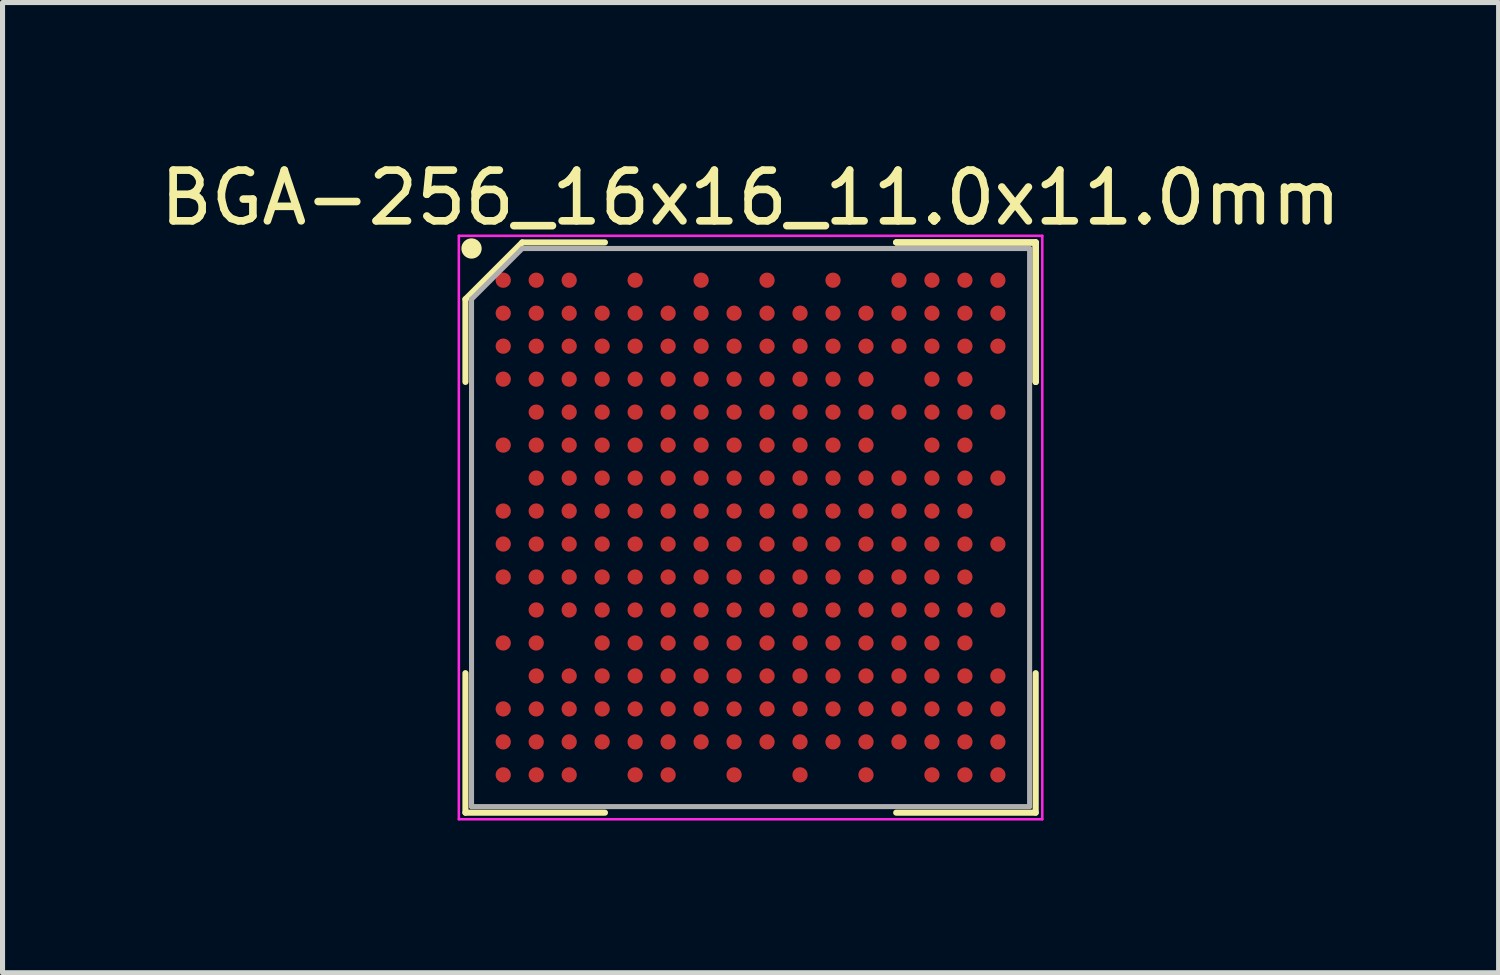
<source format=kicad_pcb>
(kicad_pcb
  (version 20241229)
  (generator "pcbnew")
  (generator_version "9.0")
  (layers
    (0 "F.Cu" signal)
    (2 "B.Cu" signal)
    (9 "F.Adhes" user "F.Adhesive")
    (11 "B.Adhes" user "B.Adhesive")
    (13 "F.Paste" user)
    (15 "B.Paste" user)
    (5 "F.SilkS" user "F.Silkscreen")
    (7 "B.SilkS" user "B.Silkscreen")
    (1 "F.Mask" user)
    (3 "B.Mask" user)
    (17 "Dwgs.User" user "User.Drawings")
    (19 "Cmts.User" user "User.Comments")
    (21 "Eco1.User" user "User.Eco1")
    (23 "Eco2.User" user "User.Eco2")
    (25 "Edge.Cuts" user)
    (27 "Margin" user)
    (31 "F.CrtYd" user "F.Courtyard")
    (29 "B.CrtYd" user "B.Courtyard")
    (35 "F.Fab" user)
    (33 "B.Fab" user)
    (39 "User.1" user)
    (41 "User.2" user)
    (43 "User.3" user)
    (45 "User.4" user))
  (footprint "BGA-256_16x16_11.0x11.0mm"
    (layer "F.Cu")
    (at 11.744 7.348)
    (property "Reference" "BGA-256_16x16_11.0x11.0mm" (at 0 -6.5 0) (layer "F.SilkS") (effects (font (size 1 1) (thickness 0.15))))
    (attr through_hole)
    (fp_line (start -5.62 -4.5) (end -5.62 -2.87) (stroke (width 0.12) (type solid)) (layer "F.SilkS"))
    (fp_line (start -5.62 5.62) (end -5.62 2.87) (stroke (width 0.12) (type solid)) (layer "F.SilkS"))
    (fp_line (start -4.5 -5.62) (end -5.62 -4.5) (stroke (width 0.12) (type solid)) (layer "F.SilkS"))
    (fp_line (start -2.87 -5.62) (end -4.5 -5.62) (stroke (width 0.12) (type solid)) (layer "F.SilkS"))
    (fp_line (start -2.87 5.62) (end -5.62 5.62) (stroke (width 0.12) (type solid)) (layer "F.SilkS"))
    (fp_line (start 2.87 -5.62) (end 5.62 -5.62) (stroke (width 0.12) (type solid)) (layer "F.SilkS"))
    (fp_line (start 2.87 -5.62) (end 5.62 -5.62) (stroke (width 0.12) (type solid)) (layer "F.SilkS"))
    (fp_line (start 2.87 -5.62) (end 5.62 -5.62) (stroke (width 0.12) (type solid)) (layer "F.SilkS"))
    (fp_line (start 2.87 5.62) (end 5.62 5.62) (stroke (width 0.12) (type solid)) (layer "F.SilkS"))
    (fp_line (start 5.62 -5.62) (end 5.62 -2.87) (stroke (width 0.12) (type solid)) (layer "F.SilkS"))
    (fp_line (start 5.62 -5.62) (end 5.62 -2.87) (stroke (width 0.12) (type solid)) (layer "F.SilkS"))
    (fp_line (start 5.62 -5.62) (end 5.62 -2.87) (stroke (width 0.12) (type solid)) (layer "F.SilkS"))
    (fp_line (start 5.62 5.62) (end 5.62 2.87) (stroke (width 0.12) (type solid)) (layer "F.SilkS"))
    (fp_circle (center -5.5 -5.5) (end -5.5 -5.4) (stroke (width 0.2) (type solid)) (fill no) (layer "F.SilkS"))
    (fp_line (start -5.75 -5.75) (end 5.75 -5.75) (stroke (width 0.05) (type solid)) (layer "F.CrtYd"))
    (fp_line (start -5.75 5.75) (end -5.75 -5.75) (stroke (width 0.05) (type solid)) (layer "F.CrtYd"))
    (fp_line (start 5.75 -5.75) (end 5.75 5.75) (stroke (width 0.05) (type solid)) (layer "F.CrtYd"))
    (fp_line (start 5.75 5.75) (end -5.75 5.75) (stroke (width 0.05) (type solid)) (layer "F.CrtYd"))
    (fp_line (start -5.5 -4.5) (end -5.5 5.5) (stroke (width 0.1) (type solid)) (layer "F.Fab"))
    (fp_line (start -5.5 5.5) (end 5.5 5.5) (stroke (width 0.1) (type solid)) (layer "F.Fab"))
    (fp_line (start -4.5 -5.5) (end -5.5 -4.5) (stroke (width 0.1) (type solid)) (layer "F.Fab"))
    (fp_line (start 5.5 -5.5) (end -4.5 -5.5) (stroke (width 0.1) (type solid)) (layer "F.Fab"))
    (fp_line (start 5.5 5.5) (end 5.5 -5.5) (stroke (width 0.1) (type solid)) (layer "F.Fab"))
    (pad "A1" smd circle (at -4.875 -4.875) (size 0.3 0.3) (layers "F.Cu" "F.Mask" "F.Paste"))
    (pad "A2" smd circle (at -4.225 -4.875) (size 0.3 0.3) (layers "F.Cu" "F.Mask" "F.Paste"))
    (pad "A3" smd circle (at -3.575 -4.875) (size 0.3 0.3) (layers "F.Cu" "F.Mask" "F.Paste"))
    (pad "A5" smd circle (at -2.275 -4.875) (size 0.3 0.3) (layers "F.Cu" "F.Mask" "F.Paste"))
    (pad "A7" smd circle (at -0.975 -4.875) (size 0.3 0.3) (layers "F.Cu" "F.Mask" "F.Paste"))
    (pad "A9" smd circle (at 0.325 -4.875) (size 0.3 0.3) (layers "F.Cu" "F.Mask" "F.Paste"))
    (pad "A11" smd circle (at 1.625 -4.875) (size 0.3 0.3) (layers "F.Cu" "F.Mask" "F.Paste"))
    (pad "A13" smd circle (at 2.925 -4.875) (size 0.3 0.3) (layers "F.Cu" "F.Mask" "F.Paste"))
    (pad "A14" smd circle (at 3.575 -4.875) (size 0.3 0.3) (layers "F.Cu" "F.Mask" "F.Paste"))
    (pad "A15" smd circle (at 4.225 -4.875) (size 0.3 0.3) (layers "F.Cu" "F.Mask" "F.Paste"))
    (pad "A16" smd circle (at 4.875 -4.875) (size 0.3 0.3) (layers "F.Cu" "F.Mask" "F.Paste"))
    (pad "B1" smd circle (at -4.875 -4.225) (size 0.3 0.3) (layers "F.Cu" "F.Mask" "F.Paste"))
    (pad "B2" smd circle (at -4.225 -4.225) (size 0.3 0.3) (layers "F.Cu" "F.Mask" "F.Paste"))
    (pad "B3" smd circle (at -3.575 -4.225) (size 0.3 0.3) (layers "F.Cu" "F.Mask" "F.Paste"))
    (pad "B4" smd circle (at -2.925 -4.225) (size 0.3 0.3) (layers "F.Cu" "F.Mask" "F.Paste"))
    (pad "B5" smd circle (at -2.275 -4.225) (size 0.3 0.3) (layers "F.Cu" "F.Mask" "F.Paste"))
    (pad "B6" smd circle (at -1.625 -4.225) (size 0.3 0.3) (layers "F.Cu" "F.Mask" "F.Paste"))
    (pad "B7" smd circle (at -0.975 -4.225) (size 0.3 0.3) (layers "F.Cu" "F.Mask" "F.Paste"))
    (pad "B8" smd circle (at -0.325 -4.225) (size 0.3 0.3) (layers "F.Cu" "F.Mask" "F.Paste"))
    (pad "B9" smd circle (at 0.325 -4.225) (size 0.3 0.3) (layers "F.Cu" "F.Mask" "F.Paste"))
    (pad "B10" smd circle (at 0.975 -4.225) (size 0.3 0.3) (layers "F.Cu" "F.Mask" "F.Paste"))
    (pad "B11" smd circle (at 1.625 -4.225) (size 0.3 0.3) (layers "F.Cu" "F.Mask" "F.Paste"))
    (pad "B12" smd circle (at 2.275 -4.225) (size 0.3 0.3) (layers "F.Cu" "F.Mask" "F.Paste"))
    (pad "B13" smd circle (at 2.925 -4.225) (size 0.3 0.3) (layers "F.Cu" "F.Mask" "F.Paste"))
    (pad "B14" smd circle (at 3.575 -4.225) (size 0.3 0.3) (layers "F.Cu" "F.Mask" "F.Paste"))
    (pad "B15" smd circle (at 4.225 -4.225) (size 0.3 0.3) (layers "F.Cu" "F.Mask" "F.Paste"))
    (pad "B16" smd circle (at 4.875 -4.225) (size 0.3 0.3) (layers "F.Cu" "F.Mask" "F.Paste"))
    (pad "C1" smd circle (at -4.875 -3.575) (size 0.3 0.3) (layers "F.Cu" "F.Mask" "F.Paste"))
    (pad "C2" smd circle (at -4.225 -3.575) (size 0.3 0.3) (layers "F.Cu" "F.Mask" "F.Paste"))
    (pad "C3" smd circle (at -3.575 -3.575) (size 0.3 0.3) (layers "F.Cu" "F.Mask" "F.Paste"))
    (pad "C4" smd circle (at -2.925 -3.575) (size 0.3 0.3) (layers "F.Cu" "F.Mask" "F.Paste"))
    (pad "C5" smd circle (at -2.275 -3.575) (size 0.3 0.3) (layers "F.Cu" "F.Mask" "F.Paste"))
    (pad "C6" smd circle (at -1.625 -3.575) (size 0.3 0.3) (layers "F.Cu" "F.Mask" "F.Paste"))
    (pad "C7" smd circle (at -0.975 -3.575) (size 0.3 0.3) (layers "F.Cu" "F.Mask" "F.Paste"))
    (pad "C8" smd circle (at -0.325 -3.575) (size 0.3 0.3) (layers "F.Cu" "F.Mask" "F.Paste"))
    (pad "C9" smd circle (at 0.325 -3.575) (size 0.3 0.3) (layers "F.Cu" "F.Mask" "F.Paste"))
    (pad "C10" smd circle (at 0.975 -3.575) (size 0.3 0.3) (layers "F.Cu" "F.Mask" "F.Paste"))
    (pad "C11" smd circle (at 1.625 -3.575) (size 0.3 0.3) (layers "F.Cu" "F.Mask" "F.Paste"))
    (pad "C12" smd circle (at 2.275 -3.575) (size 0.3 0.3) (layers "F.Cu" "F.Mask" "F.Paste"))
    (pad "C13" smd circle (at 2.925 -3.575) (size 0.3 0.3) (layers "F.Cu" "F.Mask" "F.Paste"))
    (pad "C14" smd circle (at 3.575 -3.575) (size 0.3 0.3) (layers "F.Cu" "F.Mask" "F.Paste"))
    (pad "C15" smd circle (at 4.225 -3.575) (size 0.3 0.3) (layers "F.Cu" "F.Mask" "F.Paste"))
    (pad "C16" smd circle (at 4.875 -3.575) (size 0.3 0.3) (layers "F.Cu" "F.Mask" "F.Paste"))
    (pad "D1" smd circle (at -4.875 -2.925) (size 0.3 0.3) (layers "F.Cu" "F.Mask" "F.Paste"))
    (pad "D2" smd circle (at -4.225 -2.925) (size 0.3 0.3) (layers "F.Cu" "F.Mask" "F.Paste"))
    (pad "D3" smd circle (at -3.575 -2.925) (size 0.3 0.3) (layers "F.Cu" "F.Mask" "F.Paste"))
    (pad "D4" smd circle (at -2.925 -2.925) (size 0.3 0.3) (layers "F.Cu" "F.Mask" "F.Paste"))
    (pad "D5" smd circle (at -2.275 -2.925) (size 0.3 0.3) (layers "F.Cu" "F.Mask" "F.Paste"))
    (pad "D6" smd circle (at -1.625 -2.925) (size 0.3 0.3) (layers "F.Cu" "F.Mask" "F.Paste"))
    (pad "D7" smd circle (at -0.975 -2.925) (size 0.3 0.3) (layers "F.Cu" "F.Mask" "F.Paste"))
    (pad "D8" smd circle (at -0.325 -2.925) (size 0.3 0.3) (layers "F.Cu" "F.Mask" "F.Paste"))
    (pad "D9" smd circle (at 0.325 -2.925) (size 0.3 0.3) (layers "F.Cu" "F.Mask" "F.Paste"))
    (pad "D10" smd circle (at 0.975 -2.925) (size 0.3 0.3) (layers "F.Cu" "F.Mask" "F.Paste"))
    (pad "D11" smd circle (at 1.625 -2.925) (size 0.3 0.3) (layers "F.Cu" "F.Mask" "F.Paste"))
    (pad "D12" smd circle (at 2.275 -2.925) (size 0.3 0.3) (layers "F.Cu" "F.Mask" "F.Paste"))
    (pad "D14" smd circle (at 3.575 -2.925) (size 0.3 0.3) (layers "F.Cu" "F.Mask" "F.Paste"))
    (pad "D15" smd circle (at 4.225 -2.925) (size 0.3 0.3) (layers "F.Cu" "F.Mask" "F.Paste"))
    (pad "E2" smd circle (at -4.225 -2.275) (size 0.3 0.3) (layers "F.Cu" "F.Mask" "F.Paste"))
    (pad "E3" smd circle (at -3.575 -2.275) (size 0.3 0.3) (layers "F.Cu" "F.Mask" "F.Paste"))
    (pad "E4" smd circle (at -2.925 -2.275) (size 0.3 0.3) (layers "F.Cu" "F.Mask" "F.Paste"))
    (pad "E5" smd circle (at -2.275 -2.275) (size 0.3 0.3) (layers "F.Cu" "F.Mask" "F.Paste"))
    (pad "E6" smd circle (at -1.625 -2.275) (size 0.3 0.3) (layers "F.Cu" "F.Mask" "F.Paste"))
    (pad "E7" smd circle (at -0.975 -2.275) (size 0.3 0.3) (layers "F.Cu" "F.Mask" "F.Paste"))
    (pad "E8" smd circle (at -0.325 -2.275) (size 0.3 0.3) (layers "F.Cu" "F.Mask" "F.Paste"))
    (pad "E9" smd circle (at 0.325 -2.275) (size 0.3 0.3) (layers "F.Cu" "F.Mask" "F.Paste"))
    (pad "E10" smd circle (at 0.975 -2.275) (size 0.3 0.3) (layers "F.Cu" "F.Mask" "F.Paste"))
    (pad "E11" smd circle (at 1.625 -2.275) (size 0.3 0.3) (layers "F.Cu" "F.Mask" "F.Paste"))
    (pad "E12" smd circle (at 2.275 -2.275) (size 0.3 0.3) (layers "F.Cu" "F.Mask" "F.Paste"))
    (pad "E13" smd circle (at 2.925 -2.275) (size 0.3 0.3) (layers "F.Cu" "F.Mask" "F.Paste"))
    (pad "E14" smd circle (at 3.575 -2.275) (size 0.3 0.3) (layers "F.Cu" "F.Mask" "F.Paste"))
    (pad "E15" smd circle (at 4.225 -2.275) (size 0.3 0.3) (layers "F.Cu" "F.Mask" "F.Paste"))
    (pad "E16" smd circle (at 4.875 -2.275) (size 0.3 0.3) (layers "F.Cu" "F.Mask" "F.Paste"))
    (pad "F1" smd circle (at -4.875 -1.625) (size 0.3 0.3) (layers "F.Cu" "F.Mask" "F.Paste"))
    (pad "F2" smd circle (at -4.225 -1.625) (size 0.3 0.3) (layers "F.Cu" "F.Mask" "F.Paste"))
    (pad "F3" smd circle (at -3.575 -1.625) (size 0.3 0.3) (layers "F.Cu" "F.Mask" "F.Paste"))
    (pad "F4" smd circle (at -2.925 -1.625) (size 0.3 0.3) (layers "F.Cu" "F.Mask" "F.Paste"))
    (pad "F5" smd circle (at -2.275 -1.625) (size 0.3 0.3) (layers "F.Cu" "F.Mask" "F.Paste"))
    (pad "F6" smd circle (at -1.625 -1.625) (size 0.3 0.3) (layers "F.Cu" "F.Mask" "F.Paste"))
    (pad "F7" smd circle (at -0.975 -1.625) (size 0.3 0.3) (layers "F.Cu" "F.Mask" "F.Paste"))
    (pad "F8" smd circle (at -0.325 -1.625) (size 0.3 0.3) (layers "F.Cu" "F.Mask" "F.Paste"))
    (pad "F9" smd circle (at 0.325 -1.625) (size 0.3 0.3) (layers "F.Cu" "F.Mask" "F.Paste"))
    (pad "F10" smd circle (at 0.975 -1.625) (size 0.3 0.3) (layers "F.Cu" "F.Mask" "F.Paste"))
    (pad "F11" smd circle (at 1.625 -1.625) (size 0.3 0.3) (layers "F.Cu" "F.Mask" "F.Paste"))
    (pad "F12" smd circle (at 2.275 -1.625) (size 0.3 0.3) (layers "F.Cu" "F.Mask" "F.Paste"))
    (pad "F14" smd circle (at 3.575 -1.625) (size 0.3 0.3) (layers "F.Cu" "F.Mask" "F.Paste"))
    (pad "F15" smd circle (at 4.225 -1.625) (size 0.3 0.3) (layers "F.Cu" "F.Mask" "F.Paste"))
    (pad "G2" smd circle (at -4.225 -0.975) (size 0.3 0.3) (layers "F.Cu" "F.Mask" "F.Paste"))
    (pad "G3" smd circle (at -3.575 -0.975) (size 0.3 0.3) (layers "F.Cu" "F.Mask" "F.Paste"))
    (pad "G4" smd circle (at -2.925 -0.975) (size 0.3 0.3) (layers "F.Cu" "F.Mask" "F.Paste"))
    (pad "G5" smd circle (at -2.275 -0.975) (size 0.3 0.3) (layers "F.Cu" "F.Mask" "F.Paste"))
    (pad "G6" smd circle (at -1.625 -0.975) (size 0.3 0.3) (layers "F.Cu" "F.Mask" "F.Paste"))
    (pad "G7" smd circle (at -0.975 -0.975) (size 0.3 0.3) (layers "F.Cu" "F.Mask" "F.Paste"))
    (pad "G8" smd circle (at -0.325 -0.975) (size 0.3 0.3) (layers "F.Cu" "F.Mask" "F.Paste"))
    (pad "G9" smd circle (at 0.325 -0.975) (size 0.3 0.3) (layers "F.Cu" "F.Mask" "F.Paste"))
    (pad "G10" smd circle (at 0.975 -0.975) (size 0.3 0.3) (layers "F.Cu" "F.Mask" "F.Paste"))
    (pad "G11" smd circle (at 1.625 -0.975) (size 0.3 0.3) (layers "F.Cu" "F.Mask" "F.Paste"))
    (pad "G12" smd circle (at 2.275 -0.975) (size 0.3 0.3) (layers "F.Cu" "F.Mask" "F.Paste"))
    (pad "G13" smd circle (at 2.925 -0.975) (size 0.3 0.3) (layers "F.Cu" "F.Mask" "F.Paste"))
    (pad "G14" smd circle (at 3.575 -0.975) (size 0.3 0.3) (layers "F.Cu" "F.Mask" "F.Paste"))
    (pad "G15" smd circle (at 4.225 -0.975) (size 0.3 0.3) (layers "F.Cu" "F.Mask" "F.Paste"))
    (pad "G16" smd circle (at 4.875 -0.975) (size 0.3 0.3) (layers "F.Cu" "F.Mask" "F.Paste"))
    (pad "H1" smd circle (at -4.875 -0.325) (size 0.3 0.3) (layers "F.Cu" "F.Mask" "F.Paste"))
    (pad "H2" smd circle (at -4.225 -0.325) (size 0.3 0.3) (layers "F.Cu" "F.Mask" "F.Paste"))
    (pad "H3" smd circle (at -3.575 -0.325) (size 0.3 0.3) (layers "F.Cu" "F.Mask" "F.Paste"))
    (pad "H4" smd circle (at -2.925 -0.325) (size 0.3 0.3) (layers "F.Cu" "F.Mask" "F.Paste"))
    (pad "H5" smd circle (at -2.275 -0.325) (size 0.3 0.3) (layers "F.Cu" "F.Mask" "F.Paste"))
    (pad "H6" smd circle (at -1.625 -0.325) (size 0.3 0.3) (layers "F.Cu" "F.Mask" "F.Paste"))
    (pad "H7" smd circle (at -0.975 -0.325) (size 0.3 0.3) (layers "F.Cu" "F.Mask" "F.Paste"))
    (pad "H8" smd circle (at -0.325 -0.325) (size 0.3 0.3) (layers "F.Cu" "F.Mask" "F.Paste"))
    (pad "H9" smd circle (at 0.325 -0.325) (size 0.3 0.3) (layers "F.Cu" "F.Mask" "F.Paste"))
    (pad "H10" smd circle (at 0.975 -0.325) (size 0.3 0.3) (layers "F.Cu" "F.Mask" "F.Paste"))
    (pad "H11" smd circle (at 1.625 -0.325) (size 0.3 0.3) (layers "F.Cu" "F.Mask" "F.Paste"))
    (pad "H12" smd circle (at 2.275 -0.325) (size 0.3 0.3) (layers "F.Cu" "F.Mask" "F.Paste"))
    (pad "H13" smd circle (at 2.925 -0.325) (size 0.3 0.3) (layers "F.Cu" "F.Mask" "F.Paste"))
    (pad "H14" smd circle (at 3.575 -0.325) (size 0.3 0.3) (layers "F.Cu" "F.Mask" "F.Paste"))
    (pad "H15" smd circle (at 4.225 -0.325) (size 0.3 0.3) (layers "F.Cu" "F.Mask" "F.Paste"))
    (pad "J1" smd circle (at -4.875 0.325) (size 0.3 0.3) (layers "F.Cu" "F.Mask" "F.Paste"))
    (pad "J2" smd circle (at -4.225 0.325) (size 0.3 0.3) (layers "F.Cu" "F.Mask" "F.Paste"))
    (pad "J3" smd circle (at -3.575 0.325) (size 0.3 0.3) (layers "F.Cu" "F.Mask" "F.Paste"))
    (pad "J4" smd circle (at -2.925 0.325) (size 0.3 0.3) (layers "F.Cu" "F.Mask" "F.Paste"))
    (pad "J5" smd circle (at -2.275 0.325) (size 0.3 0.3) (layers "F.Cu" "F.Mask" "F.Paste"))
    (pad "J6" smd circle (at -1.625 0.325) (size 0.3 0.3) (layers "F.Cu" "F.Mask" "F.Paste"))
    (pad "J7" smd circle (at -0.975 0.325) (size 0.3 0.3) (layers "F.Cu" "F.Mask" "F.Paste"))
    (pad "J8" smd circle (at -0.325 0.325) (size 0.3 0.3) (layers "F.Cu" "F.Mask" "F.Paste"))
    (pad "J9" smd circle (at 0.325 0.325) (size 0.3 0.3) (layers "F.Cu" "F.Mask" "F.Paste"))
    (pad "J10" smd circle (at 0.975 0.325) (size 0.3 0.3) (layers "F.Cu" "F.Mask" "F.Paste"))
    (pad "J11" smd circle (at 1.625 0.325) (size 0.3 0.3) (layers "F.Cu" "F.Mask" "F.Paste"))
    (pad "J12" smd circle (at 2.275 0.325) (size 0.3 0.3) (layers "F.Cu" "F.Mask" "F.Paste"))
    (pad "J13" smd circle (at 2.925 0.325) (size 0.3 0.3) (layers "F.Cu" "F.Mask" "F.Paste"))
    (pad "J14" smd circle (at 3.575 0.325) (size 0.3 0.3) (layers "F.Cu" "F.Mask" "F.Paste"))
    (pad "J15" smd circle (at 4.225 0.325) (size 0.3 0.3) (layers "F.Cu" "F.Mask" "F.Paste"))
    (pad "J16" smd circle (at 4.875 0.325) (size 0.3 0.3) (layers "F.Cu" "F.Mask" "F.Paste"))
    (pad "K1" smd circle (at -4.875 0.975) (size 0.3 0.3) (layers "F.Cu" "F.Mask" "F.Paste"))
    (pad "K2" smd circle (at -4.225 0.975) (size 0.3 0.3) (layers "F.Cu" "F.Mask" "F.Paste"))
    (pad "K3" smd circle (at -3.575 0.975) (size 0.3 0.3) (layers "F.Cu" "F.Mask" "F.Paste"))
    (pad "K4" smd circle (at -2.925 0.975) (size 0.3 0.3) (layers "F.Cu" "F.Mask" "F.Paste"))
    (pad "K5" smd circle (at -2.275 0.975) (size 0.3 0.3) (layers "F.Cu" "F.Mask" "F.Paste"))
    (pad "K6" smd circle (at -1.625 0.975) (size 0.3 0.3) (layers "F.Cu" "F.Mask" "F.Paste"))
    (pad "K7" smd circle (at -0.975 0.975) (size 0.3 0.3) (layers "F.Cu" "F.Mask" "F.Paste"))
    (pad "K8" smd circle (at -0.325 0.975) (size 0.3 0.3) (layers "F.Cu" "F.Mask" "F.Paste"))
    (pad "K9" smd circle (at 0.325 0.975) (size 0.3 0.3) (layers "F.Cu" "F.Mask" "F.Paste"))
    (pad "K10" smd circle (at 0.975 0.975) (size 0.3 0.3) (layers "F.Cu" "F.Mask" "F.Paste"))
    (pad "K11" smd circle (at 1.625 0.975) (size 0.3 0.3) (layers "F.Cu" "F.Mask" "F.Paste"))
    (pad "K12" smd circle (at 2.275 0.975) (size 0.3 0.3) (layers "F.Cu" "F.Mask" "F.Paste"))
    (pad "K13" smd circle (at 2.925 0.975) (size 0.3 0.3) (layers "F.Cu" "F.Mask" "F.Paste"))
    (pad "K14" smd circle (at 3.575 0.975) (size 0.3 0.3) (layers "F.Cu" "F.Mask" "F.Paste"))
    (pad "K15" smd circle (at 4.225 0.975) (size 0.3 0.3) (layers "F.Cu" "F.Mask" "F.Paste"))
    (pad "L2" smd circle (at -4.225 1.625) (size 0.3 0.3) (layers "F.Cu" "F.Mask" "F.Paste"))
    (pad "L3" smd circle (at -3.575 1.625) (size 0.3 0.3) (layers "F.Cu" "F.Mask" "F.Paste"))
    (pad "L4" smd circle (at -2.925 1.625) (size 0.3 0.3) (layers "F.Cu" "F.Mask" "F.Paste"))
    (pad "L5" smd circle (at -2.275 1.625) (size 0.3 0.3) (layers "F.Cu" "F.Mask" "F.Paste"))
    (pad "L6" smd circle (at -1.625 1.625) (size 0.3 0.3) (layers "F.Cu" "F.Mask" "F.Paste"))
    (pad "L7" smd circle (at -0.975 1.625) (size 0.3 0.3) (layers "F.Cu" "F.Mask" "F.Paste"))
    (pad "L8" smd circle (at -0.325 1.625) (size 0.3 0.3) (layers "F.Cu" "F.Mask" "F.Paste"))
    (pad "L9" smd circle (at 0.325 1.625) (size 0.3 0.3) (layers "F.Cu" "F.Mask" "F.Paste"))
    (pad "L10" smd circle (at 0.975 1.625) (size 0.3 0.3) (layers "F.Cu" "F.Mask" "F.Paste"))
    (pad "L11" smd circle (at 1.625 1.625) (size 0.3 0.3) (layers "F.Cu" "F.Mask" "F.Paste"))
    (pad "L12" smd circle (at 2.275 1.625) (size 0.3 0.3) (layers "F.Cu" "F.Mask" "F.Paste"))
    (pad "L13" smd circle (at 2.925 1.625) (size 0.3 0.3) (layers "F.Cu" "F.Mask" "F.Paste"))
    (pad "L14" smd circle (at 3.575 1.625) (size 0.3 0.3) (layers "F.Cu" "F.Mask" "F.Paste"))
    (pad "L15" smd circle (at 4.225 1.625) (size 0.3 0.3) (layers "F.Cu" "F.Mask" "F.Paste"))
    (pad "L16" smd circle (at 4.875 1.625) (size 0.3 0.3) (layers "F.Cu" "F.Mask" "F.Paste"))
    (pad "M1" smd circle (at -4.875 2.275) (size 0.3 0.3) (layers "F.Cu" "F.Mask" "F.Paste"))
    (pad "M2" smd circle (at -4.225 2.275) (size 0.3 0.3) (layers "F.Cu" "F.Mask" "F.Paste"))
    (pad "M4" smd circle (at -2.925 2.275) (size 0.3 0.3) (layers "F.Cu" "F.Mask" "F.Paste"))
    (pad "M5" smd circle (at -2.275 2.275) (size 0.3 0.3) (layers "F.Cu" "F.Mask" "F.Paste"))
    (pad "M6" smd circle (at -1.625 2.275) (size 0.3 0.3) (layers "F.Cu" "F.Mask" "F.Paste"))
    (pad "M7" smd circle (at -0.975 2.275) (size 0.3 0.3) (layers "F.Cu" "F.Mask" "F.Paste"))
    (pad "M8" smd circle (at -0.325 2.275) (size 0.3 0.3) (layers "F.Cu" "F.Mask" "F.Paste"))
    (pad "M9" smd circle (at 0.325 2.275) (size 0.3 0.3) (layers "F.Cu" "F.Mask" "F.Paste"))
    (pad "M10" smd circle (at 0.975 2.275) (size 0.3 0.3) (layers "F.Cu" "F.Mask" "F.Paste"))
    (pad "M11" smd circle (at 1.625 2.275) (size 0.3 0.3) (layers "F.Cu" "F.Mask" "F.Paste"))
    (pad "M12" smd circle (at 2.275 2.275) (size 0.3 0.3) (layers "F.Cu" "F.Mask" "F.Paste"))
    (pad "M13" smd circle (at 2.925 2.275) (size 0.3 0.3) (layers "F.Cu" "F.Mask" "F.Paste"))
    (pad "M14" smd circle (at 3.575 2.275) (size 0.3 0.3) (layers "F.Cu" "F.Mask" "F.Paste"))
    (pad "M15" smd circle (at 4.225 2.275) (size 0.3 0.3) (layers "F.Cu" "F.Mask" "F.Paste"))
    (pad "N2" smd circle (at -4.225 2.925) (size 0.3 0.3) (layers "F.Cu" "F.Mask" "F.Paste"))
    (pad "N3" smd circle (at -3.575 2.925) (size 0.3 0.3) (layers "F.Cu" "F.Mask" "F.Paste"))
    (pad "N4" smd circle (at -2.925 2.925) (size 0.3 0.3) (layers "F.Cu" "F.Mask" "F.Paste"))
    (pad "N5" smd circle (at -2.275 2.925) (size 0.3 0.3) (layers "F.Cu" "F.Mask" "F.Paste"))
    (pad "N6" smd circle (at -1.625 2.925) (size 0.3 0.3) (layers "F.Cu" "F.Mask" "F.Paste"))
    (pad "N7" smd circle (at -0.975 2.925) (size 0.3 0.3) (layers "F.Cu" "F.Mask" "F.Paste"))
    (pad "N8" smd circle (at -0.325 2.925) (size 0.3 0.3) (layers "F.Cu" "F.Mask" "F.Paste"))
    (pad "N9" smd circle (at 0.325 2.925) (size 0.3 0.3) (layers "F.Cu" "F.Mask" "F.Paste"))
    (pad "N10" smd circle (at 0.975 2.925) (size 0.3 0.3) (layers "F.Cu" "F.Mask" "F.Paste"))
    (pad "N11" smd circle (at 1.625 2.925) (size 0.3 0.3) (layers "F.Cu" "F.Mask" "F.Paste"))
    (pad "N12" smd circle (at 2.275 2.925) (size 0.3 0.3) (layers "F.Cu" "F.Mask" "F.Paste"))
    (pad "N13" smd circle (at 2.925 2.925) (size 0.3 0.3) (layers "F.Cu" "F.Mask" "F.Paste"))
    (pad "N14" smd circle (at 3.575 2.925) (size 0.3 0.3) (layers "F.Cu" "F.Mask" "F.Paste"))
    (pad "N15" smd circle (at 4.225 2.925) (size 0.3 0.3) (layers "F.Cu" "F.Mask" "F.Paste"))
    (pad "N16" smd circle (at 4.875 2.925) (size 0.3 0.3) (layers "F.Cu" "F.Mask" "F.Paste"))
    (pad "P1" smd circle (at -4.875 3.575) (size 0.3 0.3) (layers "F.Cu" "F.Mask" "F.Paste"))
    (pad "P2" smd circle (at -4.225 3.575) (size 0.3 0.3) (layers "F.Cu" "F.Mask" "F.Paste"))
    (pad "P3" smd circle (at -3.575 3.575) (size 0.3 0.3) (layers "F.Cu" "F.Mask" "F.Paste"))
    (pad "P4" smd circle (at -2.925 3.575) (size 0.3 0.3) (layers "F.Cu" "F.Mask" "F.Paste"))
    (pad "P5" smd circle (at -2.275 3.575) (size 0.3 0.3) (layers "F.Cu" "F.Mask" "F.Paste"))
    (pad "P6" smd circle (at -1.625 3.575) (size 0.3 0.3) (layers "F.Cu" "F.Mask" "F.Paste"))
    (pad "P7" smd circle (at -0.975 3.575) (size 0.3 0.3) (layers "F.Cu" "F.Mask" "F.Paste"))
    (pad "P8" smd circle (at -0.325 3.575) (size 0.3 0.3) (layers "F.Cu" "F.Mask" "F.Paste"))
    (pad "P9" smd circle (at 0.325 3.575) (size 0.3 0.3) (layers "F.Cu" "F.Mask" "F.Paste"))
    (pad "P10" smd circle (at 0.975 3.575) (size 0.3 0.3) (layers "F.Cu" "F.Mask" "F.Paste"))
    (pad "P11" smd circle (at 1.625 3.575) (size 0.3 0.3) (layers "F.Cu" "F.Mask" "F.Paste"))
    (pad "P12" smd circle (at 2.275 3.575) (size 0.3 0.3) (layers "F.Cu" "F.Mask" "F.Paste"))
    (pad "P13" smd circle (at 2.925 3.575) (size 0.3 0.3) (layers "F.Cu" "F.Mask" "F.Paste"))
    (pad "P14" smd circle (at 3.575 3.575) (size 0.3 0.3) (layers "F.Cu" "F.Mask" "F.Paste"))
    (pad "P15" smd circle (at 4.225 3.575) (size 0.3 0.3) (layers "F.Cu" "F.Mask" "F.Paste"))
    (pad "P16" smd circle (at 4.875 3.575) (size 0.3 0.3) (layers "F.Cu" "F.Mask" "F.Paste"))
    (pad "R1" smd circle (at -4.875 4.225) (size 0.3 0.3) (layers "F.Cu" "F.Mask" "F.Paste"))
    (pad "R2" smd circle (at -4.225 4.225) (size 0.3 0.3) (layers "F.Cu" "F.Mask" "F.Paste"))
    (pad "R3" smd circle (at -3.575 4.225) (size 0.3 0.3) (layers "F.Cu" "F.Mask" "F.Paste"))
    (pad "R4" smd circle (at -2.925 4.225) (size 0.3 0.3) (layers "F.Cu" "F.Mask" "F.Paste"))
    (pad "R5" smd circle (at -2.275 4.225) (size 0.3 0.3) (layers "F.Cu" "F.Mask" "F.Paste"))
    (pad "R6" smd circle (at -1.625 4.225) (size 0.3 0.3) (layers "F.Cu" "F.Mask" "F.Paste"))
    (pad "R7" smd circle (at -0.975 4.225) (size 0.3 0.3) (layers "F.Cu" "F.Mask" "F.Paste"))
    (pad "R8" smd circle (at -0.325 4.225) (size 0.3 0.3) (layers "F.Cu" "F.Mask" "F.Paste"))
    (pad "R9" smd circle (at 0.325 4.225) (size 0.3 0.3) (layers "F.Cu" "F.Mask" "F.Paste"))
    (pad "R10" smd circle (at 0.975 4.225) (size 0.3 0.3) (layers "F.Cu" "F.Mask" "F.Paste"))
    (pad "R11" smd circle (at 1.625 4.225) (size 0.3 0.3) (layers "F.Cu" "F.Mask" "F.Paste"))
    (pad "R12" smd circle (at 2.275 4.225) (size 0.3 0.3) (layers "F.Cu" "F.Mask" "F.Paste"))
    (pad "R13" smd circle (at 2.925 4.225) (size 0.3 0.3) (layers "F.Cu" "F.Mask" "F.Paste"))
    (pad "R14" smd circle (at 3.575 4.225) (size 0.3 0.3) (layers "F.Cu" "F.Mask" "F.Paste"))
    (pad "R15" smd circle (at 4.225 4.225) (size 0.3 0.3) (layers "F.Cu" "F.Mask" "F.Paste"))
    (pad "R16" smd circle (at 4.875 4.225) (size 0.3 0.3) (layers "F.Cu" "F.Mask" "F.Paste"))
    (pad "T1" smd circle (at -4.875 4.875) (size 0.3 0.3) (layers "F.Cu" "F.Mask" "F.Paste"))
    (pad "T2" smd circle (at -4.225 4.875) (size 0.3 0.3) (layers "F.Cu" "F.Mask" "F.Paste"))
    (pad "T3" smd circle (at -3.575 4.875) (size 0.3 0.3) (layers "F.Cu" "F.Mask" "F.Paste"))
    (pad "T5" smd circle (at -2.275 4.875) (size 0.3 0.3) (layers "F.Cu" "F.Mask" "F.Paste"))
    (pad "T6" smd circle (at -1.625 4.875) (size 0.3 0.3) (layers "F.Cu" "F.Mask" "F.Paste"))
    (pad "T8" smd circle (at -0.325 4.875) (size 0.3 0.3) (layers "F.Cu" "F.Mask" "F.Paste"))
    (pad "T10" smd circle (at 0.975 4.875) (size 0.3 0.3) (layers "F.Cu" "F.Mask" "F.Paste"))
    (pad "T12" smd circle (at 2.275 4.875) (size 0.3 0.3) (layers "F.Cu" "F.Mask" "F.Paste"))
    (pad "T14" smd circle (at 3.575 4.875) (size 0.3 0.3) (layers "F.Cu" "F.Mask" "F.Paste"))
    (pad "T15" smd circle (at 4.225 4.875) (size 0.3 0.3) (layers "F.Cu" "F.Mask" "F.Paste"))
    (pad "T16" smd circle (at 4.875 4.875) (size 0.3 0.3) (layers "F.Cu" "F.Mask" "F.Paste")))
  (gr_rect
    (start -3 -3)
    (end 26.488 16.123)
    (stroke (width 0.1) (type default))
    (fill no)
    (layer "Edge.Cuts")))
</source>
